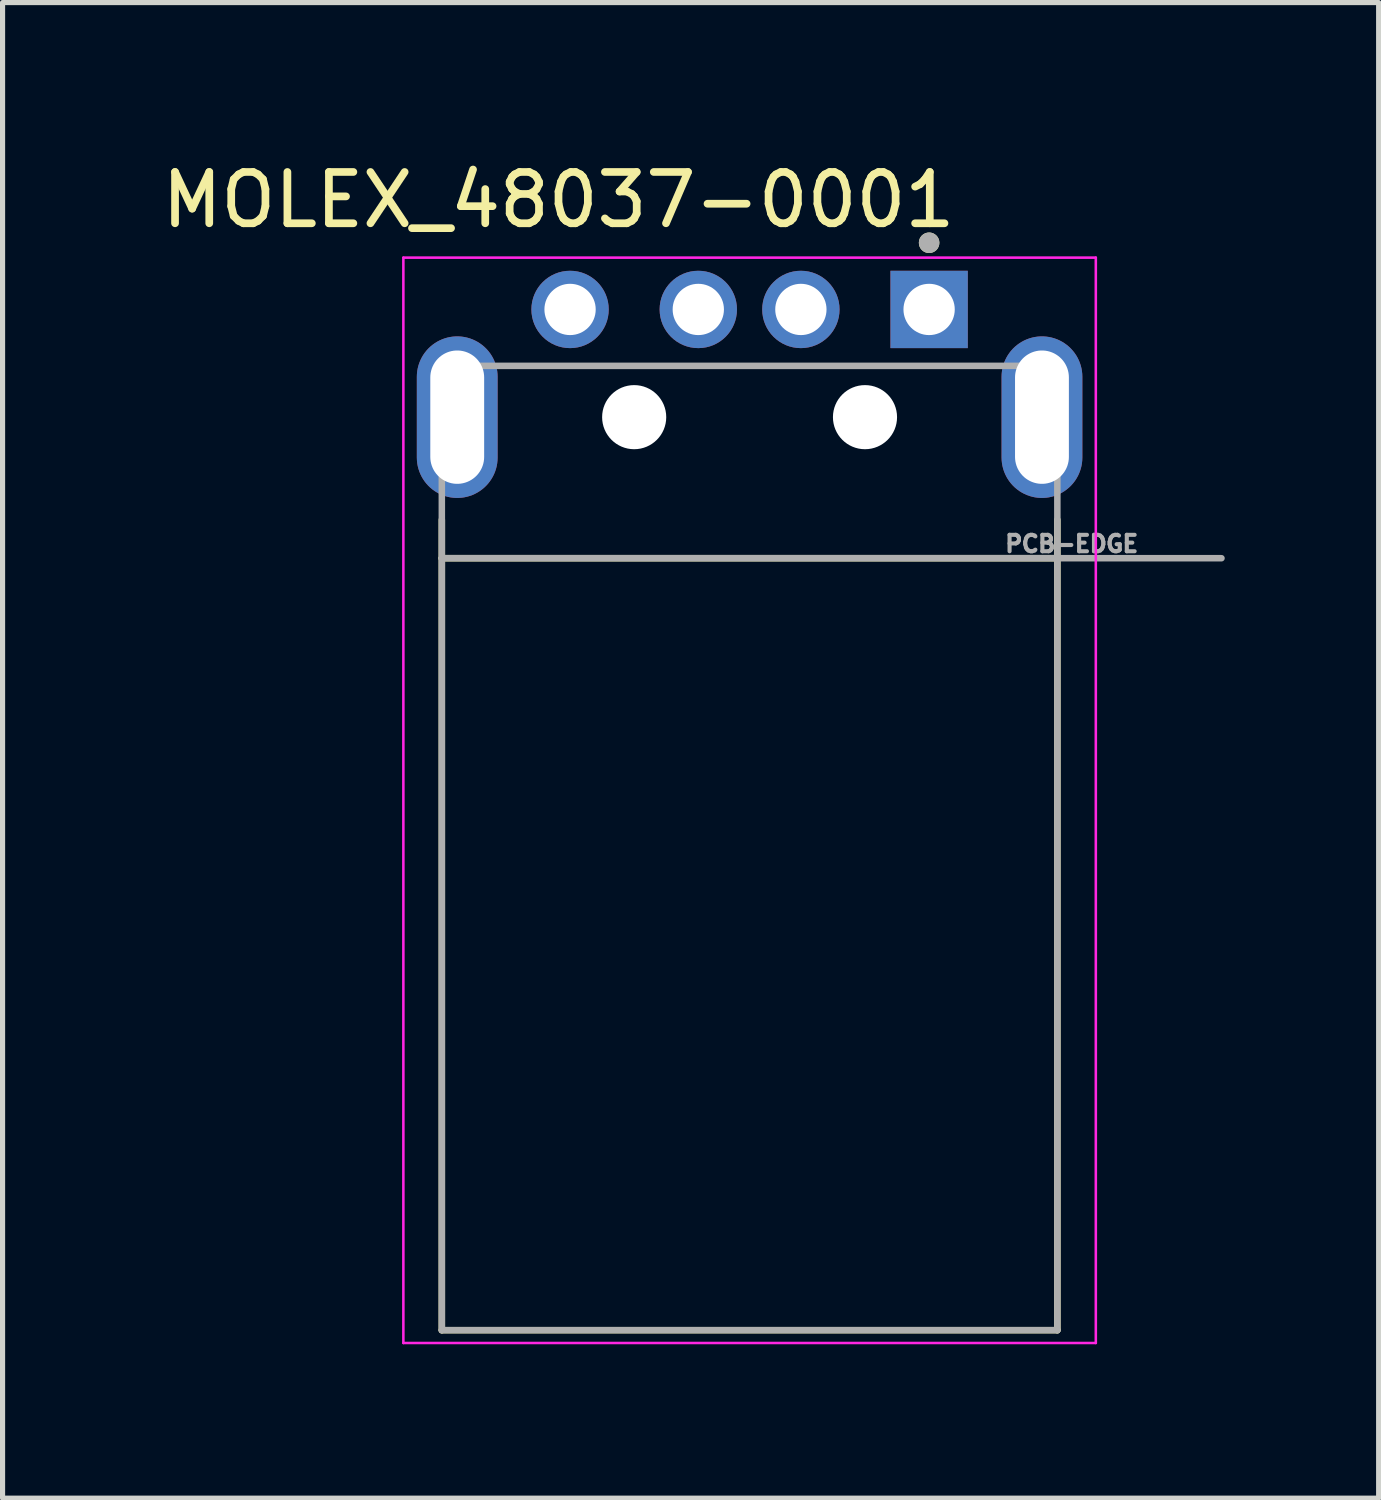
<source format=kicad_pcb>
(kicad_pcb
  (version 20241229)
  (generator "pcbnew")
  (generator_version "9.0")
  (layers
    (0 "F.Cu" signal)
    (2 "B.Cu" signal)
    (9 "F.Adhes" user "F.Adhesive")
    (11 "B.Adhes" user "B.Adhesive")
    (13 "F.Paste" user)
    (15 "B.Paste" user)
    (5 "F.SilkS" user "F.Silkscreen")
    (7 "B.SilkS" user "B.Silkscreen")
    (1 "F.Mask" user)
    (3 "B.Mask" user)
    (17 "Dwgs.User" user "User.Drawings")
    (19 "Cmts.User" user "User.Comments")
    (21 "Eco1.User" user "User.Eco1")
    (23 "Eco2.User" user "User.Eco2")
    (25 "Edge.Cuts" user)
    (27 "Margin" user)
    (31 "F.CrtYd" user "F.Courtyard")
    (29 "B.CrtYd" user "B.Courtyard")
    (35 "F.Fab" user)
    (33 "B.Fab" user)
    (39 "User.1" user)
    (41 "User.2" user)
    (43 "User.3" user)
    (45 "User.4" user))
  (footprint "MOLEX_48037-0001"
    (layer "F.Cu")
    (at 11.564 5.083)
    (property "Reference" "MOLEX_48037-0001" (at -3.725 -4.235 0) (layer "F.SilkS") (effects (font (size 1 1) (thickness 0.15))))
    (attr through_hole)
    (fp_line (start -6 2) (end -6 2.75) (stroke (width 0.127) (type solid)) (layer "F.SilkS"))
    (fp_line (start -6 2.75) (end -6 17.8) (stroke (width 0.127) (type solid)) (layer "F.SilkS"))
    (fp_line (start -6 2.75) (end 6 2.75) (stroke (width 0.127) (type solid)) (layer "F.SilkS"))
    (fp_line (start -6 17.8) (end 6 17.8) (stroke (width 0.127) (type solid)) (layer "F.SilkS"))
    (fp_line (start 6 2.75) (end 6 2) (stroke (width 0.127) (type solid)) (layer "F.SilkS"))
    (fp_line (start 6 17.8) (end 6 2.75) (stroke (width 0.127) (type solid)) (layer "F.SilkS"))
    (fp_circle (center 3.5 -3.4) (end 3.6 -3.4) (stroke (width 0.2) (type solid)) (fill no) (layer "F.SilkS"))
    (fp_line (start -6.75 -3.11) (end -6.75 18.05) (stroke (width 0.05) (type solid)) (layer "F.CrtYd"))
    (fp_line (start -6.75 18.05) (end 6.75 18.05) (stroke (width 0.05) (type solid)) (layer "F.CrtYd"))
    (fp_line (start 6.75 -3.11) (end -6.75 -3.11) (stroke (width 0.05) (type solid)) (layer "F.CrtYd"))
    (fp_line (start 6.75 18.05) (end 6.75 -3.11) (stroke (width 0.05) (type solid)) (layer "F.CrtYd"))
    (fp_line (start -6 -1) (end -6 2.75) (stroke (width 0.127) (type solid)) (layer "F.Fab"))
    (fp_line (start -6 2.75) (end -6 17.8) (stroke (width 0.127) (type solid)) (layer "F.Fab"))
    (fp_line (start -6 2.75) (end 6 2.75) (stroke (width 0.127) (type solid)) (layer "F.Fab"))
    (fp_line (start -6 17.8) (end 6 17.8) (stroke (width 0.127) (type solid)) (layer "F.Fab"))
    (fp_line (start 6 -1) (end -6 -1) (stroke (width 0.127) (type solid)) (layer "F.Fab"))
    (fp_line (start 6 2.75) (end 6 -1) (stroke (width 0.127) (type solid)) (layer "F.Fab"))
    (fp_line (start 6 2.75) (end 9.2 2.75) (stroke (width 0.127) (type solid)) (layer "F.Fab"))
    (fp_line (start 6 17.8) (end 6 2.75) (stroke (width 0.127) (type solid)) (layer "F.Fab"))
    (fp_circle (center 3.5 -3.4) (end 3.6 -3.4) (stroke (width 0.2) (type solid)) (fill no) (layer "F.Fab"))
    (fp_text user "PCB-EDGE" (at 6.28 2.47 0) (layer "F.Fab") (effects (font (size 0.32 0.32) (thickness 0.15))))
    (pad "" np_thru_hole circle (at -2.25 0) (size 1.25 1.25) (drill 1.25) (layers "*.Cu" "*.Mask"))
    (pad "" np_thru_hole circle (at 2.25 0) (size 1.25 1.25) (drill 1.25) (layers "*.Cu" "*.Mask"))
    (pad "1" thru_hole rect (at 3.5 -2.1) (size 1.508 1.508) (drill 1) (layers "*.Cu" "*.Mask"))
    (pad "2" thru_hole circle (at 1 -2.1) (size 1.508 1.508) (drill 1) (layers "*.Cu" "*.Mask"))
    (pad "3" thru_hole circle (at -1 -2.1) (size 1.508 1.508) (drill 1) (layers "*.Cu" "*.Mask"))
    (pad "4" thru_hole circle (at -3.5 -2.1) (size 1.508 1.508) (drill 1) (layers "*.Cu" "*.Mask"))
    (pad "S1" thru_hole oval (at 5.7 0) (size 1.575 3.15) (drill oval 1.05 2.6) (layers "*.Cu" "*.Mask"))
    (pad "S2" thru_hole oval (at -5.7 0) (size 1.575 3.15) (drill oval 1.05 2.6) (layers "*.Cu" "*.Mask")))
  (gr_rect
    (start -3 -3)
    (end 23.828 26.158)
    (stroke (width 0.1) (type default))
    (fill no)
    (layer "Edge.Cuts")))
</source>
